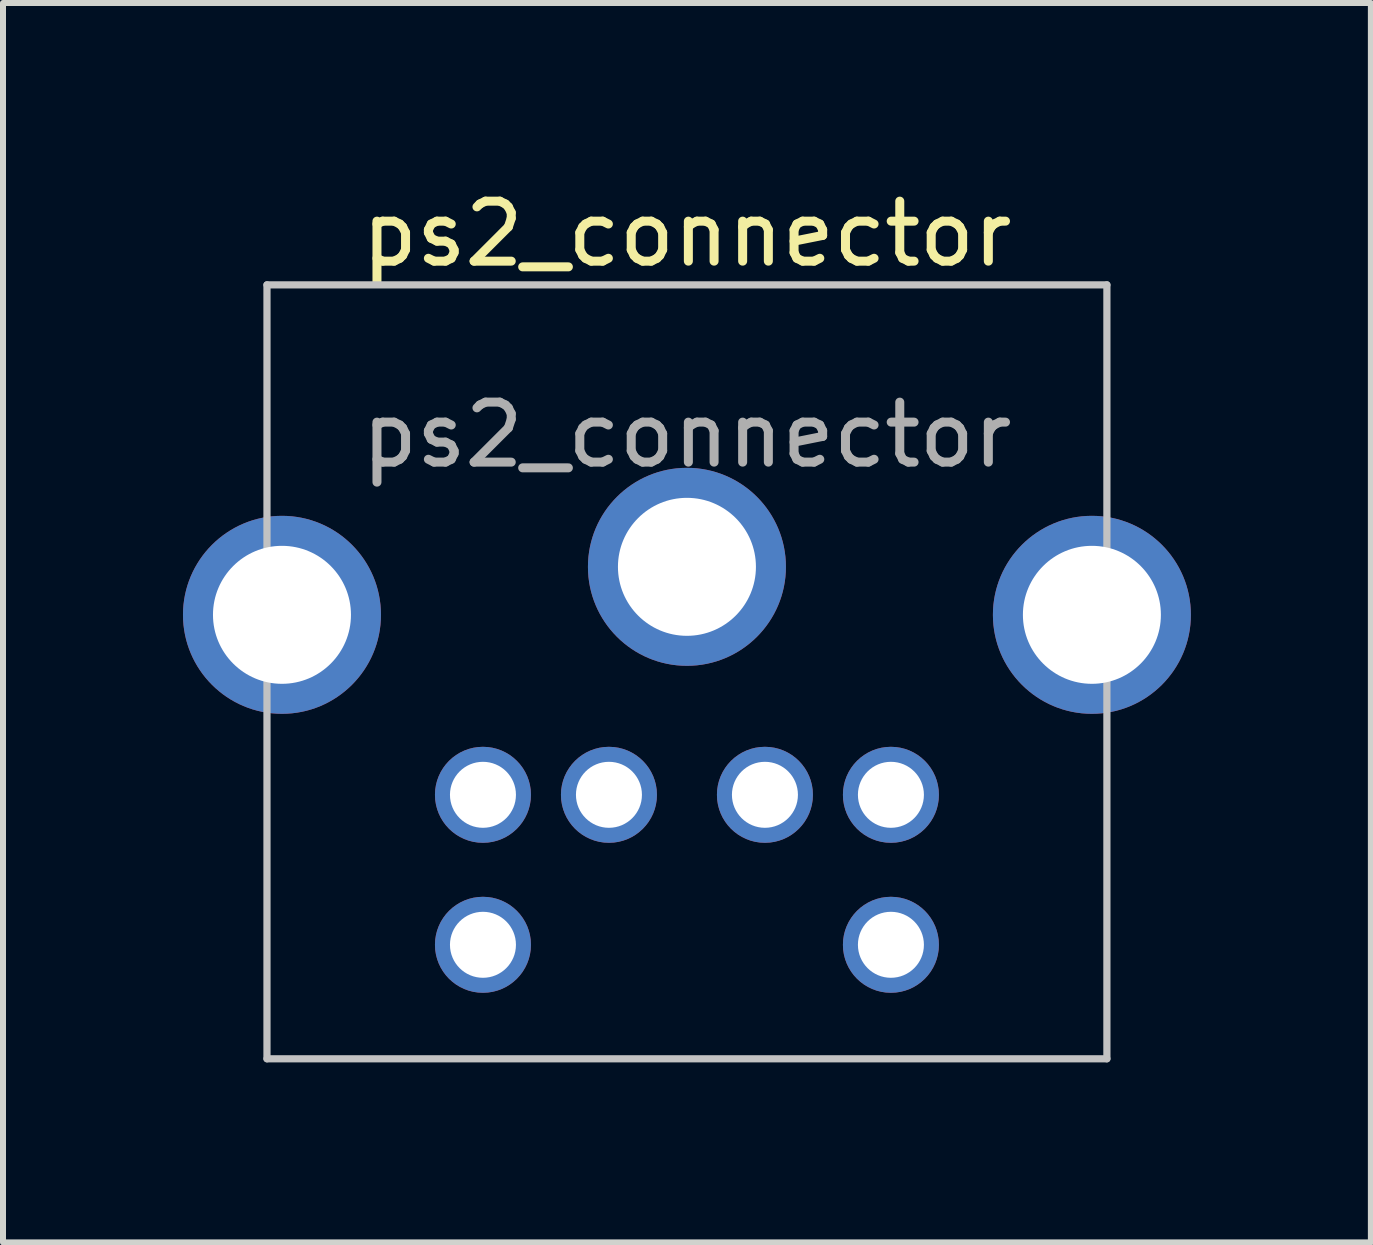
<source format=kicad_pcb>
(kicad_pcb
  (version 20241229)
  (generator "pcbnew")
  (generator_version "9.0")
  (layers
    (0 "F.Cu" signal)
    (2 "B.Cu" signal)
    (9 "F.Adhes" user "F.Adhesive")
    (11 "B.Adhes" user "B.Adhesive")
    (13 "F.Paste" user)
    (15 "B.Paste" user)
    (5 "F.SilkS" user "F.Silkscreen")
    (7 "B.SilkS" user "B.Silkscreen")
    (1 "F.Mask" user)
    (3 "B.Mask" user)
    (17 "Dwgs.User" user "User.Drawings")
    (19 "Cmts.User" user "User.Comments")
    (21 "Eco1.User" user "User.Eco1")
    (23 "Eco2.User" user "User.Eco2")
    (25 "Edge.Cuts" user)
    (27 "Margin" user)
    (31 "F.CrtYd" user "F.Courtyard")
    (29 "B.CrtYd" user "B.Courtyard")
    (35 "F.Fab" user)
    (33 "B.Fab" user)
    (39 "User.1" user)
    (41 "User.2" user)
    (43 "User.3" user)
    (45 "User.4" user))
  (footprint "ps2_connector"
    (layer "F.Cu")
    (at 8.4 1.698)
    (property "Reference" "ps2_connector" (at 0 -0.85 0) (unlocked yes) (layer "F.SilkS") (effects (font (size 1 1) (thickness 0.15))))
    (attr through_hole)
    (fp_line (start -7 0) (end 7 0) (stroke (width 0.12) (type solid)) (layer "Dwgs.User"))
    (fp_line (start -7 12.9) (end -7 0) (stroke (width 0.12) (type solid)) (layer "Dwgs.User"))
    (fp_line (start 7 0) (end 7 12.9) (stroke (width 0.12) (type solid)) (layer "Dwgs.User"))
    (fp_line (start 7 12.9) (end -7 12.9) (stroke (width 0.12) (type solid)) (layer "Dwgs.User"))
    (fp_text user "${REFERENCE}" (at 0 2.5 0) (unlocked yes) (layer "F.Fab") (effects (font (size 1 1) (thickness 0.15))))
    (pad "1" thru_hole circle (at -1.3 8.5) (size 1.6 1.6) (drill 1.1) (layers "*.Cu" "*.Mask"))
    (pad "2" thru_hole circle (at 1.3 8.5) (size 1.6 1.6) (drill 1.1) (layers "*.Cu" "*.Mask"))
    (pad "3" thru_hole circle (at -6.75 5.5) (size 3.3 3.3) (drill 2.3) (layers "*.Cu" "*.Mask"))
    (pad "3" thru_hole circle (at -3.4 8.5) (size 1.6 1.6) (drill 1.1) (layers "*.Cu" "*.Mask"))
    (pad "3" thru_hole circle (at 0 4.7) (size 3.3 3.3) (drill 2.3) (layers "*.Cu" "*.Mask"))
    (pad "3" thru_hole circle (at 6.75 5.5) (size 3.3 3.3) (drill 2.3) (layers "*.Cu" "*.Mask"))
    (pad "4" thru_hole circle (at 3.4 8.5) (size 1.6 1.6) (drill 1.1) (layers "*.Cu" "*.Mask"))
    (pad "5" thru_hole circle (at -3.4 11) (size 1.6 1.6) (drill 1.1) (layers "*.Cu" "*.Mask"))
    (pad "6" thru_hole circle (at 3.4 11) (size 1.6 1.6) (drill 1.1) (layers "*.Cu" "*.Mask")))
  (gr_rect
    (start -3 -3)
    (end 19.8 17.658)
    (stroke (width 0.1) (type default))
    (fill no)
    (layer "Edge.Cuts")))
</source>
